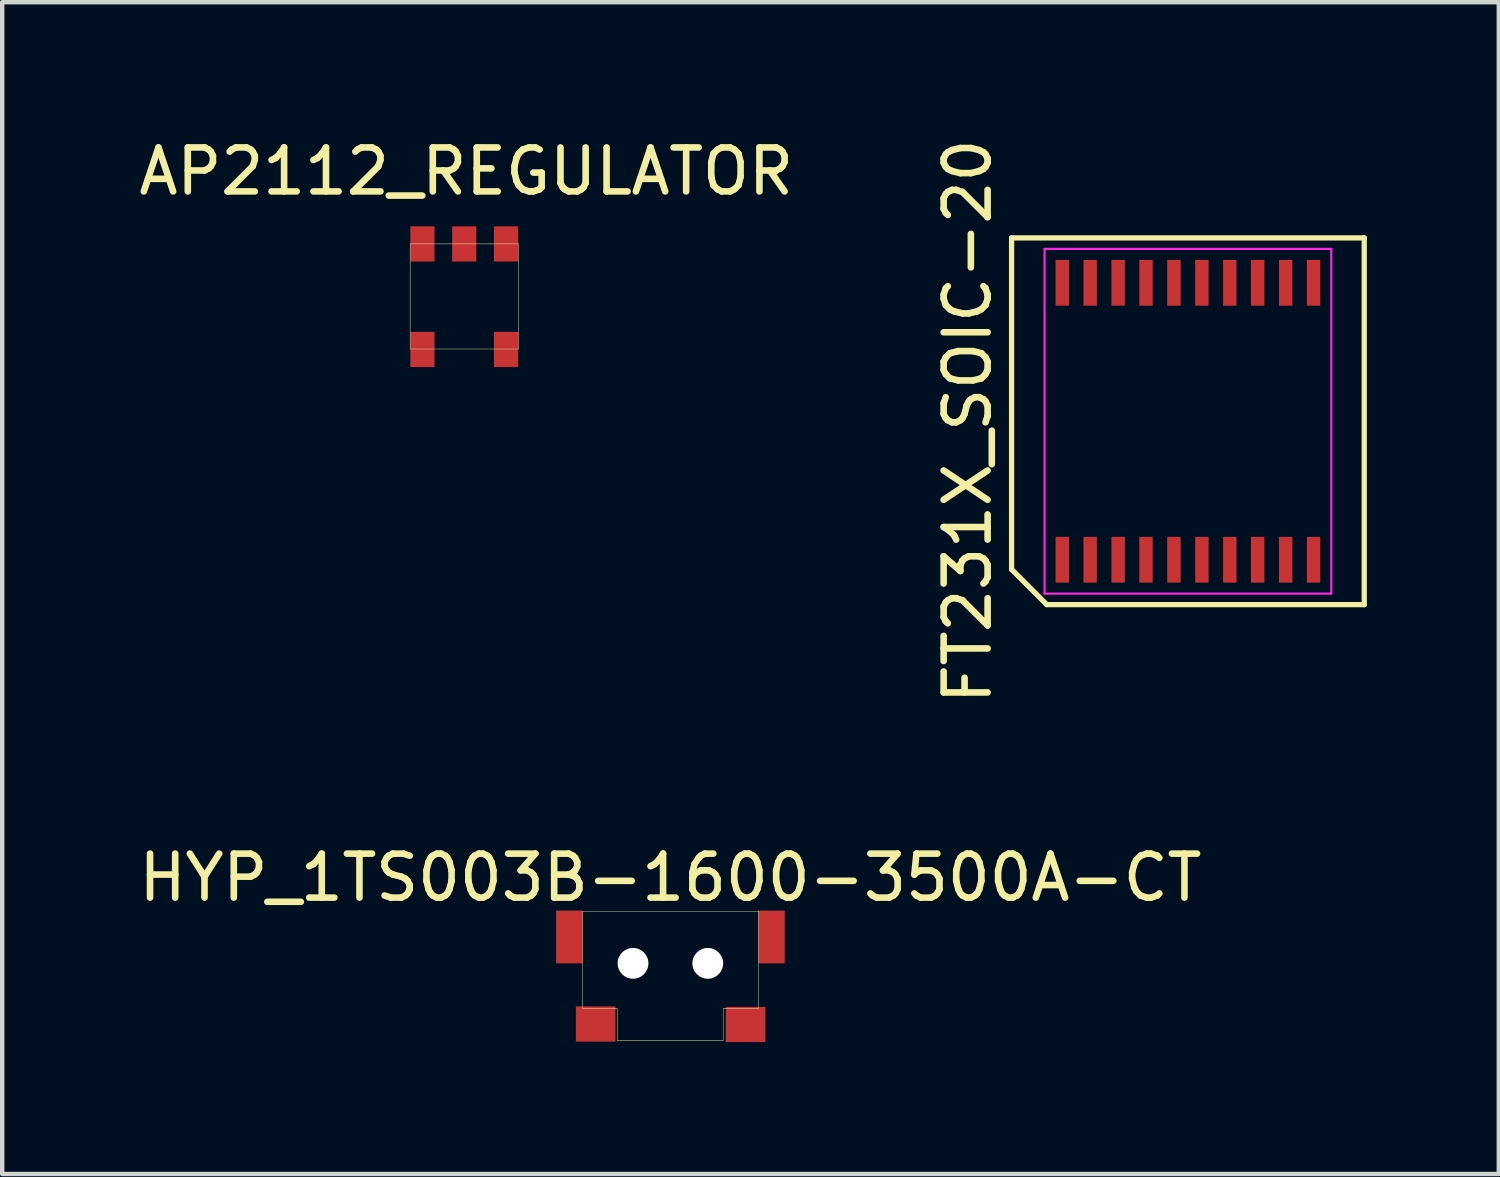
<source format=kicad_pcb>
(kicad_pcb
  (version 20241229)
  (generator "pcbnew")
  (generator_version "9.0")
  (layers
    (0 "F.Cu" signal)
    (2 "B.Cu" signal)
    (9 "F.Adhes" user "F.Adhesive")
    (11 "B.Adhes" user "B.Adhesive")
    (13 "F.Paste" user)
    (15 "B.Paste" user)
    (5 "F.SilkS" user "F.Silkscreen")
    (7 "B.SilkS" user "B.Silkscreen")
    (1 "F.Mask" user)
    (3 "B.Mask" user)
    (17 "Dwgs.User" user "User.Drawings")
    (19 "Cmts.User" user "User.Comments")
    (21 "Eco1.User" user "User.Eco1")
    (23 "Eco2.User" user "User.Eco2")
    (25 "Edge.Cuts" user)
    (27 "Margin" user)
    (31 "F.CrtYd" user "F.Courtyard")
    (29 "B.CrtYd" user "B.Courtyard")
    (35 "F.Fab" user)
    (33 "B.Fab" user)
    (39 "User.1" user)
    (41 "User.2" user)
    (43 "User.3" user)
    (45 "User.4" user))
  (footprint "HYP_1TS003B-1600-3500A-CT"
    (layer "F.Cu")
    (at 12.196 18.858)
    (property "Reference" "HYP_1TS003B-1600-3500A-CT" (at 0 -1.95 0) (layer "F.SilkS") (effects (font (size 1 1) (thickness 0.15))))
    (attr through_hole)
    (fp_line (start -2 -1.18) (end -2 1.03) (stroke (width 0.01) (type solid)) (layer "F.SilkS"))
    (fp_line (start -2 -1.18) (end 2 -1.18) (stroke (width 0.01) (type solid)) (layer "F.SilkS"))
    (fp_line (start -2 1.03) (end -1.21 1.03) (stroke (width 0.01) (type solid)) (layer "F.SilkS"))
    (fp_line (start -1.21 1.03) (end -1.21 1.75) (stroke (width 0.01) (type solid)) (layer "F.SilkS"))
    (fp_line (start -1.21 1.75) (end 1.2 1.75) (stroke (width 0.01) (type solid)) (layer "F.SilkS"))
    (fp_line (start 1.2 1.03) (end 1.2 1.75) (stroke (width 0.01) (type solid)) (layer "F.SilkS"))
    (fp_line (start 2 -1.19) (end 2 1.03) (stroke (width 0.01) (type solid)) (layer "F.SilkS"))
    (fp_line (start 2 1.03) (end 1.2 1.03) (stroke (width 0.01) (type solid)) (layer "F.SilkS"))
    (pad "" np_thru_hole circle (at -0.85 0 90) (size 0.7 0.7) (drill 0.7) (layers "*.Cu" "*.Mask"))
    (pad "" np_thru_hole circle (at 0.85 0 90) (size 0.7 0.7) (drill 0.7) (layers "*.Cu" "*.Mask"))
    (pad "1" smd rect (at -1.7 1.38 90) (size 0.8 0.9) (layers "F.Cu" "F.Mask" "F.Paste"))
    (pad "2" smd rect (at 1.71 1.39 90) (size 0.8 0.9) (layers "F.Cu" "F.Mask" "F.Paste"))
    (pad "3" smd rect (at -2.3 -0.6 90) (size 1.2 0.6) (layers "F.Cu" "F.Mask" "F.Paste"))
    (pad "4" smd rect (at 2.3 -0.6 90) (size 1.2 0.6) (layers "F.Cu" "F.Mask" "F.Paste")))
  (footprint "AP2112_REGULATOR"
    (layer "F.Cu")
    (at 7.484 3.688)
    (property "Reference" "AP2112_REGULATOR" (at 0.07 -2.84 0) (layer "F.SilkS") (effects (font (size 1 1) (thickness 0.15))))
    (attr through_hole)
    (fp_line (start -1.207 -1.191) (end 1.253 -1.191) (stroke (width 0.01) (type solid)) (layer "F.SilkS"))
    (fp_line (start -1.207 1.199) (end -1.207 -1.191) (stroke (width 0.01) (type solid)) (layer "F.SilkS"))
    (fp_line (start 1.253 -1.191) (end 1.253 1.199) (stroke (width 0.01) (type solid)) (layer "F.SilkS"))
    (fp_line (start 1.253 1.199) (end -1.207 1.199) (stroke (width 0.01) (type solid)) (layer "F.SilkS"))
    (pad "1" smd rect (at 0.973 -1.191) (size 0.55 0.8) (layers "F.Cu" "F.Mask" "F.Paste"))
    (pad "2" smd rect (at 0.023 -1.191) (size 0.55 0.8) (layers "F.Cu" "F.Mask" "F.Paste"))
    (pad "3" smd rect (at -0.927 -1.191) (size 0.55 0.8) (layers "F.Cu" "F.Mask" "F.Paste"))
    (pad "4" smd rect (at -0.927 1.209) (size 0.55 0.8) (layers "F.Cu" "F.Mask" "F.Paste"))
    (pad "5" smd rect (at 0.973 1.209) (size 0.55 0.8) (layers "F.Cu" "F.Mask" "F.Paste")))
  (footprint "FT231X_SOIC-20"
    (layer "F.Cu")
    (at 23.965 6.53)
    (property "Reference" "FT231X_SOIC-20" (at -5.01 0 90) (layer "F.SilkS") (effects (font (size 1 1) (thickness 0.15))))
    (attr smd)
    (fp_line (start -4.01 -4.17) (end 4.01 -4.17) (stroke (width 0.12) (type solid)) (layer "F.SilkS"))
    (fp_line (start -4.01 3.369) (end -4.01 -4.17) (stroke (width 0.12) (type solid)) (layer "F.SilkS"))
    (fp_line (start -3.21 4.17) (end -4.01 3.369) (stroke (width 0.12) (type solid)) (layer "F.SilkS"))
    (fp_line (start 4.01 -4.17) (end 4.01 4.17) (stroke (width 0.12) (type solid)) (layer "F.SilkS"))
    (fp_line (start 4.01 4.17) (end -3.21 4.17) (stroke (width 0.12) (type solid)) (layer "F.SilkS"))
    (fp_line (start -3.26 -3.92) (end 3.26 -3.92) (stroke (width 0.05) (type solid)) (layer "F.CrtYd"))
    (fp_line (start -3.26 3.92) (end -3.26 -3.92) (stroke (width 0.05) (type solid)) (layer "F.CrtYd"))
    (fp_line (start 3.26 -3.92) (end 3.26 3.92) (stroke (width 0.05) (type solid)) (layer "F.CrtYd"))
    (fp_line (start 3.26 3.92) (end -3.26 3.92) (stroke (width 0.05) (type solid)) (layer "F.CrtYd"))
    (pad "1" smd rect (at -2.857 3.149) (size 0.305 1.041) (layers "F.Cu" "F.Mask" "F.Paste"))
    (pad "2" smd rect (at -2.223 3.149) (size 0.305 1.041) (layers "F.Cu" "F.Mask" "F.Paste"))
    (pad "3" smd rect (at -1.587 3.149) (size 0.305 1.041) (layers "F.Cu" "F.Mask" "F.Paste"))
    (pad "4" smd rect (at -0.953 3.149) (size 0.305 1.041) (layers "F.Cu" "F.Mask" "F.Paste"))
    (pad "5" smd rect (at -0.318 3.149) (size 0.305 1.041) (layers "F.Cu" "F.Mask" "F.Paste"))
    (pad "6" smd rect (at 0.318 3.149) (size 0.305 1.041) (layers "F.Cu" "F.Mask" "F.Paste"))
    (pad "7" smd rect (at 0.953 3.149) (size 0.305 1.041) (layers "F.Cu" "F.Mask" "F.Paste"))
    (pad "8" smd rect (at 1.587 3.149) (size 0.305 1.041) (layers "F.Cu" "F.Mask" "F.Paste"))
    (pad "9" smd rect (at 2.223 3.149) (size 0.305 1.041) (layers "F.Cu" "F.Mask" "F.Paste"))
    (pad "10" smd rect (at 2.857 3.149) (size 0.305 1.041) (layers "F.Cu" "F.Mask" "F.Paste"))
    (pad "11" smd rect (at 2.857 -3.149) (size 0.305 1.041) (layers "F.Cu" "F.Mask" "F.Paste"))
    (pad "12" smd rect (at 2.223 -3.149) (size 0.305 1.041) (layers "F.Cu" "F.Mask" "F.Paste"))
    (pad "13" smd rect (at 1.587 -3.149) (size 0.305 1.041) (layers "F.Cu" "F.Mask" "F.Paste"))
    (pad "14" smd rect (at 0.953 -3.149) (size 0.305 1.041) (layers "F.Cu" "F.Mask" "F.Paste"))
    (pad "15" smd rect (at 0.318 -3.149) (size 0.305 1.041) (layers "F.Cu" "F.Mask" "F.Paste"))
    (pad "16" smd rect (at -0.318 -3.149) (size 0.305 1.041) (layers "F.Cu" "F.Mask" "F.Paste"))
    (pad "17" smd rect (at -0.953 -3.149) (size 0.305 1.041) (layers "F.Cu" "F.Mask" "F.Paste"))
    (pad "18" smd rect (at -1.587 -3.149) (size 0.305 1.041) (layers "F.Cu" "F.Mask" "F.Paste"))
    (pad "19" smd rect (at -2.223 -3.149) (size 0.305 1.041) (layers "F.Cu" "F.Mask" "F.Paste"))
    (pad "20" smd rect (at -2.857 -3.149) (size 0.305 1.041) (layers "F.Cu" "F.Mask" "F.Paste")))
  (gr_rect
    (start -3 -3)
    (end 31.035 23.648)
    (stroke (width 0.1) (type default))
    (fill no)
    (layer "Edge.Cuts")))
</source>
